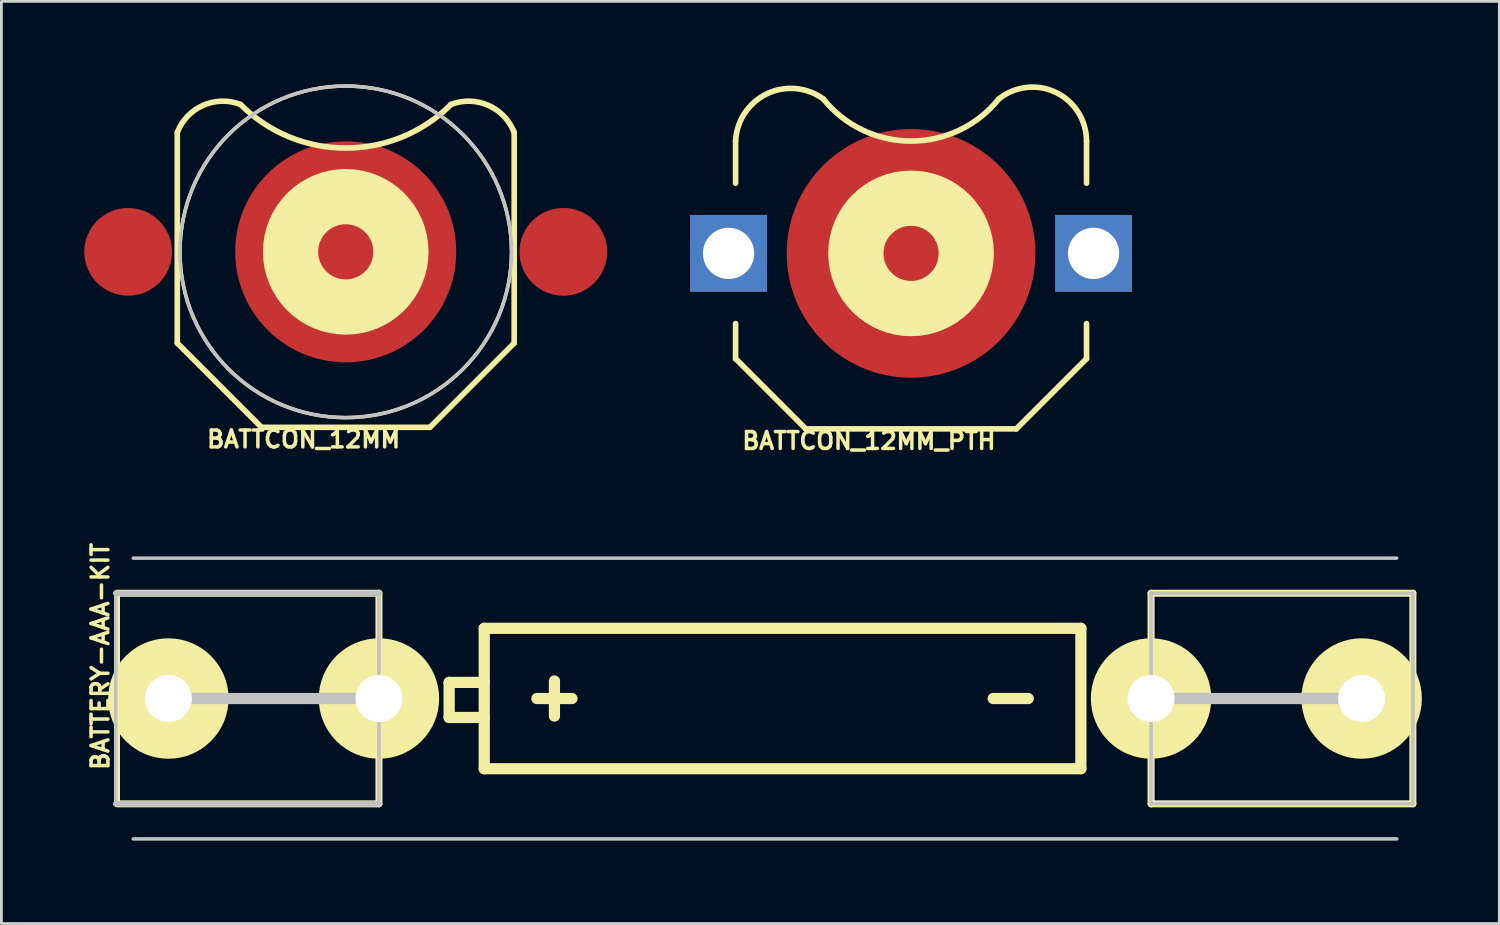
<source format=kicad_pcb>
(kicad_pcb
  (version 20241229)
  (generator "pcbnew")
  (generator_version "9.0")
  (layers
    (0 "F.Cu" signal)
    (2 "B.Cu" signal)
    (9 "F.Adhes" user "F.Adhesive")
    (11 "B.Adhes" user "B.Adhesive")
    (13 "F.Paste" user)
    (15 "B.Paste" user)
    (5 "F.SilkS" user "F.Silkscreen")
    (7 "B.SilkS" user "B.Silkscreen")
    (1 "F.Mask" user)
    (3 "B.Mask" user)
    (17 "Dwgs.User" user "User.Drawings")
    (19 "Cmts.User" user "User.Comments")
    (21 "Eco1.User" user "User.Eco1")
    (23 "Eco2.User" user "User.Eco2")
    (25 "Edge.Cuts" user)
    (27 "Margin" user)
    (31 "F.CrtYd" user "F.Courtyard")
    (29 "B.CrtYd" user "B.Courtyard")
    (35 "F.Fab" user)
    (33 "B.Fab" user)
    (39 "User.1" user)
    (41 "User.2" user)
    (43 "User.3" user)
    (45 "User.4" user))
  (footprint "BATTCON_12MM_PTH"
    (layer "F.Cu")
    (at 29.918 6.119)
    (property "Reference" "BATTCON_12MM_PTH" (at -1.524 6.782 180) (layer "F.SilkS") (effects (font (size 0.61 0.61) (thickness 0.127))))
    (attr smd)
    (fp_line (start -6.35 -2.54) (end -6.35 -4.064) (stroke (width 0.203) (type solid)) (layer "F.SilkS"))
    (fp_line (start -6.35 3.81) (end -6.35 2.54) (stroke (width 0.203) (type solid)) (layer "F.SilkS"))
    (fp_line (start -6.35 3.81) (end -3.81 6.35) (stroke (width 0.203) (type solid)) (layer "F.SilkS"))
    (fp_line (start -3.81 6.35) (end 3.81 6.35) (stroke (width 0.203) (type solid)) (layer "F.SilkS"))
    (fp_line (start 3.81 6.35) (end 6.35 3.81) (stroke (width 0.203) (type solid)) (layer "F.SilkS"))
    (fp_line (start 6.35 -2.54) (end 6.35 -4.064) (stroke (width 0.203) (type solid)) (layer "F.SilkS"))
    (fp_line (start 6.35 3.81) (end 6.35 2.54) (stroke (width 0.203) (type solid)) (layer "F.SilkS"))
    (fp_arc (start -6.35 -4.064) (mid -5.21754 -5.773876) (end -3.174985 -5.589185) (stroke (width 0.2032) (type solid)) (layer "F.SilkS"))
    (fp_arc (start 3.175 -5.588) (mid 0.002439 -4.063921) (end -3.171947 -5.584196) (stroke (width 0.2032) (type solid)) (layer "F.SilkS"))
    (fp_arc (start 3.175 -5.588) (mid 5.2417 -5.825042) (end 6.35 -4.064613) (stroke (width 0.2032) (type solid)) (layer "F.SilkS"))
    (fp_circle (center 0 0) (end 0 -0.998) (stroke (width 1.999) (type solid)) (fill no) (layer "F.SilkS"))
    (pad "GND" smd circle (at 0 0) (size 8.999 8.999) (layers "F.Cu" "F.Mask" "F.Paste"))
    (pad "VCC@" thru_hole rect (at -6.604 0) (size 2.781 2.781) (drill 1.854) (layers "*.Cu" "*.Paste" "*.Mask"))
    (pad "VCC@" thru_hole rect (at 6.604 0) (size 2.781 2.781) (drill 1.854) (layers "*.Cu" "*.Paste" "*.Mask")))
  (footprint "BATTERY-AAA-KIT"
    (layer "F.Cu")
    (at 24.633 22.227)
    (property "Reference" "BATTERY-AAA-KIT" (at -24.054 -1.524 90) (layer "F.SilkS") (effects (font (size 0.61 0.61) (thickness 0.127))))
    (attr exclude_from_pos_files exclude_from_bom)
    (fp_line (start -23.444 -3.81) (end -13.97 -3.81) (stroke (width 0.203) (type solid)) (layer "F.SilkS"))
    (fp_line (start -23.444 -3.81) (end -13.97 -3.81) (stroke (width 0.254) (type solid)) (layer "F.SilkS"))
    (fp_line (start -23.444 3.81) (end -23.444 -3.81) (stroke (width 0.203) (type solid)) (layer "F.SilkS"))
    (fp_line (start -23.444 3.81) (end -23.444 -3.81) (stroke (width 0.203) (type solid)) (layer "F.SilkS"))
    (fp_line (start -13.97 -3.81) (end -13.97 3.81) (stroke (width 0.254) (type solid)) (layer "F.SilkS"))
    (fp_line (start -13.97 3.81) (end -23.444 3.81) (stroke (width 0.203) (type solid)) (layer "F.SilkS"))
    (fp_line (start -13.97 3.81) (end -23.444 3.81) (stroke (width 0.254) (type solid)) (layer "F.SilkS"))
    (fp_line (start -11.43 -0.584) (end -11.43 0.686) (stroke (width 0.406) (type solid)) (layer "F.SilkS"))
    (fp_line (start -11.43 0.686) (end -10.16 0.686) (stroke (width 0.406) (type solid)) (layer "F.SilkS"))
    (fp_line (start -10.16 -2.54) (end -10.16 -0.584) (stroke (width 0.406) (type solid)) (layer "F.SilkS"))
    (fp_line (start -10.16 -0.584) (end -11.43 -0.584) (stroke (width 0.406) (type solid)) (layer "F.SilkS"))
    (fp_line (start -10.16 -0.584) (end -10.16 0.686) (stroke (width 0.406) (type solid)) (layer "F.SilkS"))
    (fp_line (start -10.16 0.686) (end -10.16 2.54) (stroke (width 0.406) (type solid)) (layer "F.SilkS"))
    (fp_line (start -10.16 2.54) (end 11.43 2.54) (stroke (width 0.406) (type solid)) (layer "F.SilkS"))
    (fp_line (start -7.62 -0.635) (end -7.62 0.635) (stroke (width 0.406) (type solid)) (layer "F.SilkS"))
    (fp_line (start -6.985 0) (end -8.255 0) (stroke (width 0.406) (type solid)) (layer "F.SilkS"))
    (fp_line (start 9.525 0) (end 8.255 0) (stroke (width 0.406) (type solid)) (layer "F.SilkS"))
    (fp_line (start 11.43 -2.54) (end -10.16 -2.54) (stroke (width 0.406) (type solid)) (layer "F.SilkS"))
    (fp_line (start 11.43 2.54) (end 11.43 -2.54) (stroke (width 0.406) (type solid)) (layer "F.SilkS"))
    (fp_line (start 13.97 -3.81) (end 23.444 -3.81) (stroke (width 0.254) (type solid)) (layer "F.SilkS"))
    (fp_line (start 13.97 3.81) (end 13.97 -3.81) (stroke (width 0.254) (type solid)) (layer "F.SilkS"))
    (fp_line (start 13.97 3.81) (end 23.444 3.81) (stroke (width 0.203) (type solid)) (layer "F.SilkS"))
    (fp_line (start 23.444 -3.81) (end 13.97 -3.81) (stroke (width 0.203) (type solid)) (layer "F.SilkS"))
    (fp_line (start 23.444 -3.81) (end 23.444 3.81) (stroke (width 0.254) (type solid)) (layer "F.SilkS"))
    (fp_line (start 23.444 3.81) (end 13.97 3.81) (stroke (width 0.254) (type solid)) (layer "F.SilkS"))
    (fp_line (start 23.444 3.81) (end 23.444 -3.81) (stroke (width 0.203) (type solid)) (layer "F.SilkS"))
    (fp_circle (center -21.59 0) (end -21.59 -0.401) (stroke (width 0.889) (type solid)) (fill no) (layer "F.SilkS"))
    (fp_circle (center -21.59 0) (end -21.59 -0.401) (stroke (width 1.778) (type solid)) (fill no) (layer "F.SilkS"))
    (fp_circle (center -13.97 0) (end -13.97 -0.401) (stroke (width 0.889) (type solid)) (fill no) (layer "F.SilkS"))
    (fp_circle (center -13.97 0) (end -13.97 -0.401) (stroke (width 1.778) (type solid)) (fill no) (layer "F.SilkS"))
    (fp_circle (center 13.97 0) (end 13.97 -0.401) (stroke (width 0.889) (type solid)) (fill no) (layer "F.SilkS"))
    (fp_circle (center 13.97 0) (end 13.97 -0.401) (stroke (width 1.778) (type solid)) (fill no) (layer "F.SilkS"))
    (fp_circle (center 21.59 0) (end 21.59 -0.401) (stroke (width 0.889) (type solid)) (fill no) (layer "F.SilkS"))
    (fp_circle (center 21.59 0) (end 21.59 -0.401) (stroke (width 1.778) (type solid)) (fill no) (layer "F.SilkS"))
    (fp_line (start -23.495 -3.81) (end -13.97 -3.81) (stroke (width 0.203) (type solid)) (layer "Dwgs.User"))
    (fp_line (start -23.495 3.81) (end -23.495 -3.81) (stroke (width 0.127) (type solid)) (layer "Dwgs.User"))
    (fp_line (start -22.86 -5.08) (end 22.86 -5.08) (stroke (width 0.127) (type solid)) (layer "Dwgs.User"))
    (fp_line (start -22.86 5.08) (end 22.86 5.08) (stroke (width 0.127) (type solid)) (layer "Dwgs.User"))
    (fp_line (start -21.59 0) (end -13.97 0) (stroke (width 0.406) (type solid)) (layer "Dwgs.User"))
    (fp_line (start -13.97 -3.81) (end -13.97 3.81) (stroke (width 0.127) (type solid)) (layer "Dwgs.User"))
    (fp_line (start -13.97 3.81) (end -23.495 3.81) (stroke (width 0.203) (type solid)) (layer "Dwgs.User"))
    (fp_line (start 13.97 -3.81) (end 13.97 3.81) (stroke (width 0.127) (type solid)) (layer "Dwgs.User"))
    (fp_line (start 13.97 0) (end 21.59 0) (stroke (width 0.406) (type solid)) (layer "Dwgs.User"))
    (fp_line (start 13.97 3.81) (end 23.444 3.81) (stroke (width 0.127) (type solid)) (layer "Dwgs.User"))
    (fp_line (start 23.444 -3.81) (end 13.97 -3.81) (stroke (width 0.127) (type solid)) (layer "Dwgs.User"))
    (fp_line (start 23.444 3.81) (end 23.444 -3.81) (stroke (width 0.127) (type solid)) (layer "Dwgs.User"))
    (pad "GND@" thru_hole circle (at 13.97 0) (size 2.553 2.553) (drill 1.702) (layers "*.Cu" "*.Paste" "*.Mask"))
    (pad "GND@" thru_hole circle (at 21.59 0) (size 2.553 2.553) (drill 1.702) (layers "*.Cu" "*.Paste" "*.Mask"))
    (pad "PWR@" thru_hole circle (at -21.59 0) (size 2.553 2.553) (drill 1.702) (layers "*.Cu" "*.Paste" "*.Mask"))
    (pad "PWR@" thru_hole circle (at -13.97 0) (size 2.553 2.553) (drill 1.702) (layers "*.Cu" "*.Paste" "*.Mask")))
  (footprint "BATTCON_12MM"
    (layer "F.Cu")
    (at 9.461 6.063)
    (property "Reference" "BATTCON_12MM" (at -1.524 6.782 180) (layer "F.SilkS") (effects (font (size 0.61 0.61) (thickness 0.127))))
    (attr smd)
    (fp_line (start -6.096 3.302) (end -6.096 -4.318) (stroke (width 0.203) (type solid)) (layer "F.SilkS"))
    (fp_line (start -3.048 6.35) (end -6.096 3.302) (stroke (width 0.203) (type solid)) (layer "F.SilkS"))
    (fp_line (start 3.048 6.35) (end -3.048 6.35) (stroke (width 0.203) (type solid)) (layer "F.SilkS"))
    (fp_line (start 6.096 -4.318) (end 6.096 3.302) (stroke (width 0.203) (type solid)) (layer "F.SilkS"))
    (fp_line (start 6.096 3.302) (end 3.048 6.35) (stroke (width 0.203) (type solid)) (layer "F.SilkS"))
    (fp_arc (start -6.096 -4.318) (mid -5.16342 -5.299446) (end -3.81 -5.334) (stroke (width 0.2032) (type solid)) (layer "F.SilkS"))
    (fp_arc (start 3.81 -5.334) (mid 0 -3.755846) (end -3.81 -5.334) (stroke (width 0.2032) (type solid)) (layer "F.SilkS"))
    (fp_arc (start 3.81 -5.334) (mid 5.16342 -5.299446) (end 6.096 -4.318) (stroke (width 0.2032) (type solid)) (layer "F.SilkS"))
    (fp_circle (center 0 0) (end 0 -5.999) (stroke (width 0.127) (type solid)) (fill no) (layer "F.SilkS"))
    (fp_circle (center 0 0) (end 0 -0.998) (stroke (width 1.999) (type solid)) (fill no) (layer "F.SilkS"))
    (fp_circle (center 0 0) (end 0 -5.999) (stroke (width 0.127) (type solid)) (fill no) (layer "Dwgs.User"))
    (pad "GND" smd circle (at 0 0) (size 7.998 7.998) (layers "F.Cu" "F.Mask" "F.Paste"))
    (pad "PWR@" smd circle (at -7.874 0) (size 3.175 3.175) (layers "F.Cu" "F.Mask" "F.Paste"))
    (pad "PWR@" smd circle (at 7.874 0) (size 3.175 3.175) (layers "F.Cu" "F.Mask" "F.Paste")))
  (gr_rect
    (start -3 -3)
    (end 51.205 30.37)
    (stroke (width 0.1) (type default))
    (fill no)
    (layer "Edge.Cuts")))
</source>
